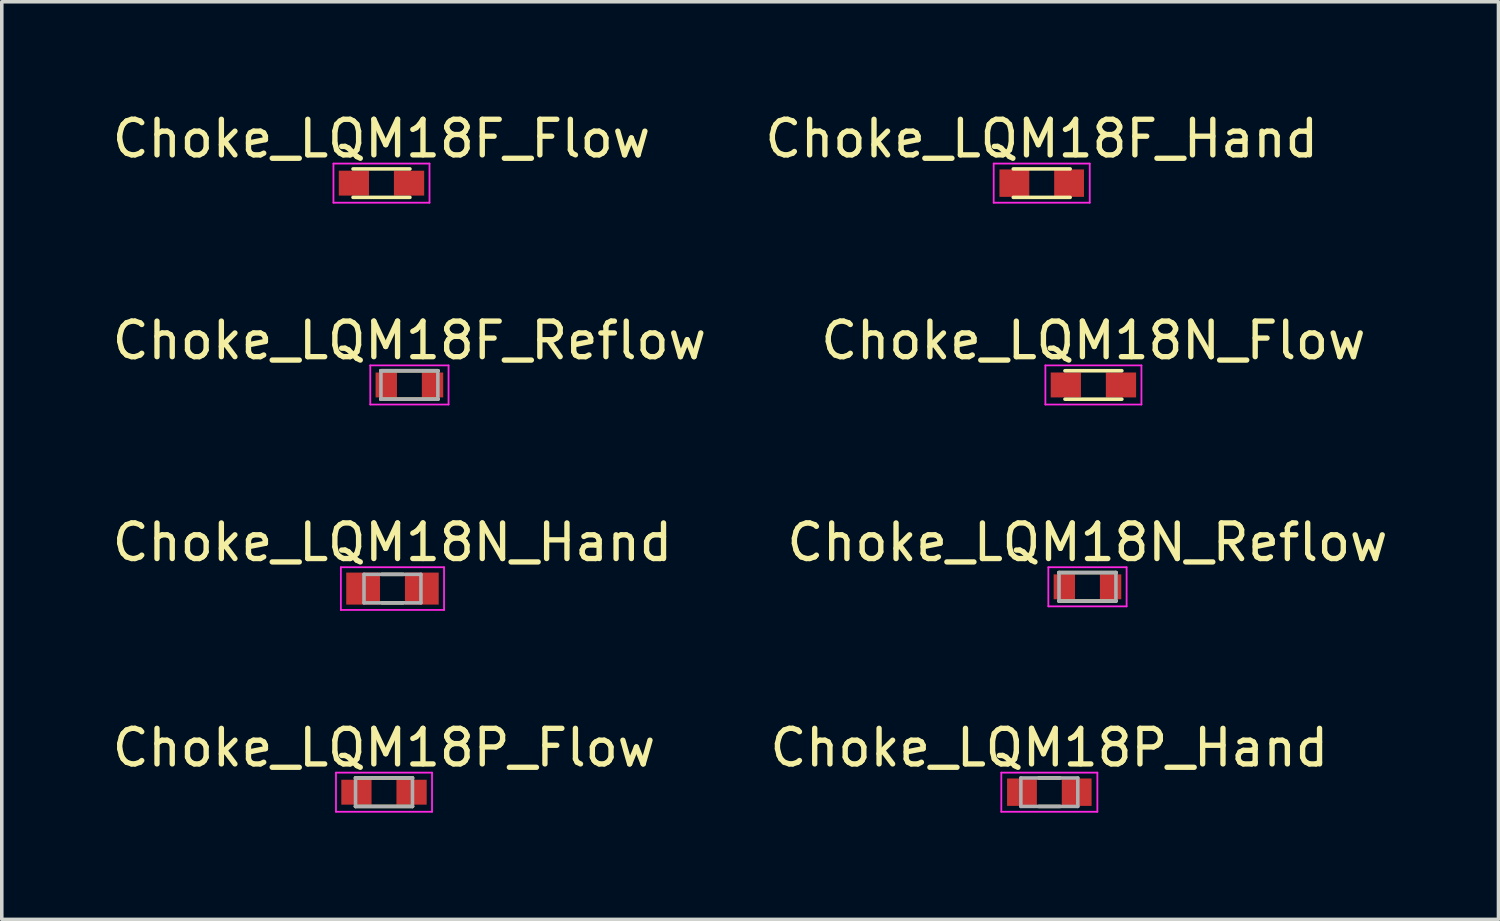
<source format=kicad_pcb>
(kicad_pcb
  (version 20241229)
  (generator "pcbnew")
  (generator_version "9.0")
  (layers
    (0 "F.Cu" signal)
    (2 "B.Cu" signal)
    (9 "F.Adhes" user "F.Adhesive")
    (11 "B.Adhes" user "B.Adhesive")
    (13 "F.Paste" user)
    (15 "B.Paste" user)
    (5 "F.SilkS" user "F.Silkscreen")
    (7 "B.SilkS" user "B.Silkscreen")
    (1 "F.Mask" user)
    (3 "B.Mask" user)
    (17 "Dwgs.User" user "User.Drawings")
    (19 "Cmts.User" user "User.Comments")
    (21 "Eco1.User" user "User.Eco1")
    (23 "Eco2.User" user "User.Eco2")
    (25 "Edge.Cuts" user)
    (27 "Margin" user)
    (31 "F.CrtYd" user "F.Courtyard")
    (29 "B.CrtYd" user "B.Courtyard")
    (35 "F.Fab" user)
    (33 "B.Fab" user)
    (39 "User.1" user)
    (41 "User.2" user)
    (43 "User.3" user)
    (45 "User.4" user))
  (footprint "Choke_LQM18P_Hand"
    (layer "F.Cu")
    (at 26.446 19.218)
    (property "Reference" "Choke_LQM18P_Hand" (at 0 -1.25 0) (layer "F.SilkS") (effects (font (size 1 1) (thickness 0.15))))
    (attr smd)
    (fp_line (start -0.3 -0.4) (end 0.3 -0.4) (stroke (width 0.1) (type solid)) (layer "F.SilkS"))
    (fp_line (start -0.3 0.4) (end 0.3 0.4) (stroke (width 0.1) (type solid)) (layer "F.SilkS"))
    (fp_line (start -1.35 -0.55) (end -1.35 0.55) (stroke (width 0.05) (type solid)) (layer "F.CrtYd"))
    (fp_line (start -1.35 -0.55) (end 1.35 -0.55) (stroke (width 0.05) (type solid)) (layer "F.CrtYd"))
    (fp_line (start -1.35 0.55) (end 1.35 0.55) (stroke (width 0.05) (type solid)) (layer "F.CrtYd"))
    (fp_line (start 1.35 -0.55) (end 1.35 0.55) (stroke (width 0.05) (type solid)) (layer "F.CrtYd"))
    (fp_line (start -0.8 -0.4) (end -0.8 0.4) (stroke (width 0.1) (type solid)) (layer "F.Fab"))
    (fp_line (start -0.8 -0.4) (end 0.8 -0.4) (stroke (width 0.1) (type solid)) (layer "F.Fab"))
    (fp_line (start -0.8 0.4) (end 0.8 0.4) (stroke (width 0.1) (type solid)) (layer "F.Fab"))
    (fp_line (start 0.8 -0.4) (end 0.8 0.4) (stroke (width 0.1) (type solid)) (layer "F.Fab"))
    (pad "1" smd rect (at -0.769 0) (size 0.838 0.77) (layers "F.Cu" "F.Mask" "F.Paste"))
    (pad "2" smd rect (at 0.769 0) (size 0.838 0.77) (layers "F.Cu" "F.Mask" "F.Paste")))
  (footprint "Choke_LQM18N_Flow"
    (layer "F.Cu")
    (at 27.685 7.771)
    (property "Reference" "Choke_LQM18N_Flow" (at 0 -1.25 0) (layer "F.SilkS") (effects (font (size 1 1) (thickness 0.15))))
    (attr smd)
    (fp_line (start -0.8 -0.4) (end 0.8 -0.4) (stroke (width 0.1) (type solid)) (layer "F.SilkS"))
    (fp_line (start -0.8 0.4) (end 0.8 0.4) (stroke (width 0.1) (type solid)) (layer "F.SilkS"))
    (fp_line (start -1.35 -0.55) (end -1.35 0.55) (stroke (width 0.05) (type solid)) (layer "F.CrtYd"))
    (fp_line (start -1.35 -0.55) (end 1.35 -0.55) (stroke (width 0.05) (type solid)) (layer "F.CrtYd"))
    (fp_line (start -1.35 0.55) (end 1.35 0.55) (stroke (width 0.05) (type solid)) (layer "F.CrtYd"))
    (fp_line (start 1.35 -0.55) (end 1.35 0.55) (stroke (width 0.05) (type solid)) (layer "F.CrtYd"))
    (pad "1" smd rect (at -0.775 0) (size 0.85 0.7) (layers "F.Cu" "F.Mask" "F.Paste"))
    (pad "2" smd rect (at 0.775 0) (size 0.85 0.7) (layers "F.Cu" "F.Mask" "F.Paste")))
  (footprint "Choke_LQM18P_Flow"
    (layer "F.Cu")
    (at 7.744 19.218)
    (property "Reference" "Choke_LQM18P_Flow" (at 0 -1.25 0) (layer "F.SilkS") (effects (font (size 1 1) (thickness 0.15))))
    (attr smd)
    (fp_line (start -0.8 -0.4) (end -0.8 -0.4) (stroke (width 0.1) (type solid)) (layer "F.SilkS"))
    (fp_line (start -0.8 -0.4) (end 0.8 -0.4) (stroke (width 0.1) (type solid)) (layer "F.SilkS"))
    (fp_line (start -0.8 0.4) (end -0.8 0.4) (stroke (width 0.1) (type solid)) (layer "F.SilkS"))
    (fp_line (start -0.8 0.4) (end 0.8 0.4) (stroke (width 0.1) (type solid)) (layer "F.SilkS"))
    (fp_line (start 0.8 -0.4) (end 0.8 -0.4) (stroke (width 0.1) (type solid)) (layer "F.SilkS"))
    (fp_line (start 0.8 0.4) (end 0.8 0.4) (stroke (width 0.1) (type solid)) (layer "F.SilkS"))
    (fp_line (start -1.35 -0.55) (end -1.35 0.55) (stroke (width 0.05) (type solid)) (layer "F.CrtYd"))
    (fp_line (start -1.35 -0.55) (end 1.35 -0.55) (stroke (width 0.05) (type solid)) (layer "F.CrtYd"))
    (fp_line (start -1.35 0.55) (end 1.35 0.55) (stroke (width 0.05) (type solid)) (layer "F.CrtYd"))
    (fp_line (start 1.35 -0.55) (end 1.35 0.55) (stroke (width 0.05) (type solid)) (layer "F.CrtYd"))
    (fp_line (start -0.8 -0.4) (end -0.8 0.4) (stroke (width 0.1) (type solid)) (layer "F.Fab"))
    (fp_line (start -0.8 -0.4) (end 0.8 -0.4) (stroke (width 0.1) (type solid)) (layer "F.Fab"))
    (fp_line (start -0.8 0.4) (end 0.8 0.4) (stroke (width 0.1) (type solid)) (layer "F.Fab"))
    (fp_line (start 0.8 -0.4) (end 0.8 0.4) (stroke (width 0.1) (type solid)) (layer "F.Fab"))
    (pad "1" smd rect (at -0.775 0) (size 0.85 0.7) (layers "F.Cu" "F.Mask" "F.Paste"))
    (pad "2" smd rect (at 0.775 0) (size 0.85 0.7) (layers "F.Cu" "F.Mask" "F.Paste")))
  (footprint "Choke_LQM18F_Hand"
    (layer "F.Cu")
    (at 26.232 2.098)
    (property "Reference" "Choke_LQM18F_Hand" (at 0 -1.25 0) (layer "F.SilkS") (effects (font (size 1 1) (thickness 0.15))))
    (attr smd)
    (fp_line (start -0.8 -0.4) (end 0.8 -0.4) (stroke (width 0.1) (type solid)) (layer "F.SilkS"))
    (fp_line (start -0.8 0.4) (end 0.8 0.4) (stroke (width 0.1) (type solid)) (layer "F.SilkS"))
    (fp_line (start -1.35 -0.55) (end -1.35 0.55) (stroke (width 0.05) (type solid)) (layer "F.CrtYd"))
    (fp_line (start -1.35 -0.55) (end 1.35 -0.55) (stroke (width 0.05) (type solid)) (layer "F.CrtYd"))
    (fp_line (start -1.35 0.55) (end 1.35 0.55) (stroke (width 0.05) (type solid)) (layer "F.CrtYd"))
    (fp_line (start 1.35 -0.55) (end 1.35 0.55) (stroke (width 0.05) (type solid)) (layer "F.CrtYd"))
    (pad "1" smd rect (at -0.769 0) (size 0.838 0.77) (layers "F.Cu" "F.Mask" "F.Paste"))
    (pad "2" smd rect (at 0.769 0) (size 0.838 0.77) (layers "F.Cu" "F.Mask" "F.Paste")))
  (footprint "Choke_LQM18N_Reflow"
    (layer "F.Cu")
    (at 27.518 13.445)
    (property "Reference" "Choke_LQM18N_Reflow" (at 0 -1.25 0) (layer "F.SilkS") (effects (font (size 1 1) (thickness 0.15))))
    (attr smd)
    (fp_line (start -0.8 -0.4) (end -0.8 -0.4) (stroke (width 0.1) (type solid)) (layer "F.SilkS"))
    (fp_line (start -0.8 -0.4) (end 0.8 -0.4) (stroke (width 0.1) (type solid)) (layer "F.SilkS"))
    (fp_line (start -0.8 0.4) (end -0.8 0.4) (stroke (width 0.1) (type solid)) (layer "F.SilkS"))
    (fp_line (start -0.8 0.4) (end 0.8 0.4) (stroke (width 0.1) (type solid)) (layer "F.SilkS"))
    (fp_line (start 0.8 -0.4) (end 0.8 -0.4) (stroke (width 0.1) (type solid)) (layer "F.SilkS"))
    (fp_line (start 0.8 0.4) (end 0.8 0.4) (stroke (width 0.1) (type solid)) (layer "F.SilkS"))
    (fp_line (start -1.1 -0.55) (end -1.1 0.55) (stroke (width 0.05) (type solid)) (layer "F.CrtYd"))
    (fp_line (start -1.1 -0.55) (end 1.1 -0.55) (stroke (width 0.05) (type solid)) (layer "F.CrtYd"))
    (fp_line (start -1.1 0.55) (end 1.1 0.55) (stroke (width 0.05) (type solid)) (layer "F.CrtYd"))
    (fp_line (start 1.1 -0.55) (end 1.1 0.55) (stroke (width 0.05) (type solid)) (layer "F.CrtYd"))
    (fp_line (start -0.8 -0.4) (end -0.8 0.4) (stroke (width 0.1) (type solid)) (layer "F.Fab"))
    (fp_line (start -0.8 -0.4) (end 0.8 -0.4) (stroke (width 0.1) (type solid)) (layer "F.Fab"))
    (fp_line (start -0.8 0.4) (end 0.8 0.4) (stroke (width 0.1) (type solid)) (layer "F.Fab"))
    (fp_line (start 0.8 -0.4) (end 0.8 0.4) (stroke (width 0.1) (type solid)) (layer "F.Fab"))
    (pad "1" smd rect (at -0.65 0) (size 0.6 0.7) (layers "F.Cu" "F.Mask" "F.Paste"))
    (pad "2" smd rect (at 0.65 0) (size 0.6 0.7) (layers "F.Cu" "F.Mask" "F.Paste")))
  (footprint "Choke_LQM18F_Reflow"
    (layer "F.Cu")
    (at 8.458 7.771)
    (property "Reference" "Choke_LQM18F_Reflow" (at 0 -1.25 0) (layer "F.SilkS") (effects (font (size 1 1) (thickness 0.15))))
    (attr smd)
    (fp_line (start -0.8 -0.4) (end -0.8 -0.4) (stroke (width 0.1) (type solid)) (layer "F.SilkS"))
    (fp_line (start -0.8 -0.4) (end 0.8 -0.4) (stroke (width 0.1) (type solid)) (layer "F.SilkS"))
    (fp_line (start -0.8 0.4) (end -0.8 0.4) (stroke (width 0.1) (type solid)) (layer "F.SilkS"))
    (fp_line (start -0.8 0.4) (end 0.8 0.4) (stroke (width 0.1) (type solid)) (layer "F.SilkS"))
    (fp_line (start 0.8 -0.4) (end 0.8 -0.4) (stroke (width 0.1) (type solid)) (layer "F.SilkS"))
    (fp_line (start 0.8 0.4) (end 0.8 0.4) (stroke (width 0.1) (type solid)) (layer "F.SilkS"))
    (fp_line (start -1.1 -0.55) (end -1.1 0.55) (stroke (width 0.05) (type solid)) (layer "F.CrtYd"))
    (fp_line (start -1.1 -0.55) (end 1.1 -0.55) (stroke (width 0.05) (type solid)) (layer "F.CrtYd"))
    (fp_line (start -1.1 0.55) (end 1.1 0.55) (stroke (width 0.05) (type solid)) (layer "F.CrtYd"))
    (fp_line (start 1.1 -0.55) (end 1.1 0.55) (stroke (width 0.05) (type solid)) (layer "F.CrtYd"))
    (fp_line (start -0.8 -0.4) (end -0.8 0.4) (stroke (width 0.1) (type solid)) (layer "F.Fab"))
    (fp_line (start -0.8 -0.4) (end 0.8 -0.4) (stroke (width 0.1) (type solid)) (layer "F.Fab"))
    (fp_line (start -0.8 0.4) (end 0.8 0.4) (stroke (width 0.1) (type solid)) (layer "F.Fab"))
    (fp_line (start 0.8 -0.4) (end 0.8 0.4) (stroke (width 0.1) (type solid)) (layer "F.Fab"))
    (pad "1" smd rect (at -0.65 0) (size 0.6 0.7) (layers "F.Cu" "F.Mask" "F.Paste"))
    (pad "2" smd rect (at 0.65 0) (size 0.6 0.7) (layers "F.Cu" "F.Mask" "F.Paste")))
  (footprint "Choke_LQM18F_Flow"
    (layer "F.Cu")
    (at 7.673 2.098)
    (property "Reference" "Choke_LQM18F_Flow" (at 0 -1.25 0) (layer "F.SilkS") (effects (font (size 1 1) (thickness 0.15))))
    (attr smd)
    (fp_line (start -0.8 -0.4) (end 0.8 -0.4) (stroke (width 0.1) (type solid)) (layer "F.SilkS"))
    (fp_line (start -0.8 0.4) (end 0.8 0.4) (stroke (width 0.1) (type solid)) (layer "F.SilkS"))
    (fp_line (start -1.35 -0.55) (end -1.35 0.55) (stroke (width 0.05) (type solid)) (layer "F.CrtYd"))
    (fp_line (start -1.35 -0.55) (end 1.35 -0.55) (stroke (width 0.05) (type solid)) (layer "F.CrtYd"))
    (fp_line (start -1.35 0.55) (end 1.35 0.55) (stroke (width 0.05) (type solid)) (layer "F.CrtYd"))
    (fp_line (start 1.35 -0.55) (end 1.35 0.55) (stroke (width 0.05) (type solid)) (layer "F.CrtYd"))
    (pad "1" smd rect (at -0.775 0) (size 0.85 0.7) (layers "F.Cu" "F.Mask" "F.Paste"))
    (pad "2" smd rect (at 0.775 0) (size 0.85 0.7) (layers "F.Cu" "F.Mask" "F.Paste")))
  (footprint "Choke_LQM18N_Hand"
    (layer "F.Cu")
    (at 7.982 13.495)
    (property "Reference" "Choke_LQM18N_Hand" (at 0 -1.3 0) (layer "F.SilkS") (effects (font (size 1 1) (thickness 0.15))))
    (attr smd)
    (fp_line (start -0.3 -0.4) (end 0.3 -0.4) (stroke (width 0.1) (type solid)) (layer "F.SilkS"))
    (fp_line (start -0.3 0.4) (end 0.3 0.4) (stroke (width 0.1) (type solid)) (layer "F.SilkS"))
    (fp_line (start -1.45 -0.6) (end -1.45 0.6) (stroke (width 0.05) (type solid)) (layer "F.CrtYd"))
    (fp_line (start -1.45 -0.6) (end 1.45 -0.6) (stroke (width 0.05) (type solid)) (layer "F.CrtYd"))
    (fp_line (start -1.45 0.6) (end 1.45 0.6) (stroke (width 0.05) (type solid)) (layer "F.CrtYd"))
    (fp_line (start 1.45 -0.6) (end 1.45 0.6) (stroke (width 0.05) (type solid)) (layer "F.CrtYd"))
    (fp_line (start -0.8 -0.4) (end -0.8 0.4) (stroke (width 0.1) (type solid)) (layer "F.Fab"))
    (fp_line (start -0.8 -0.4) (end 0.8 -0.4) (stroke (width 0.1) (type solid)) (layer "F.Fab"))
    (fp_line (start -0.8 0.4) (end 0.8 0.4) (stroke (width 0.1) (type solid)) (layer "F.Fab"))
    (fp_line (start 0.8 -0.4) (end 0.8 0.4) (stroke (width 0.1) (type solid)) (layer "F.Fab"))
    (pad "1" smd rect (at -0.825 0) (size 0.95 0.9) (layers "F.Cu" "F.Mask" "F.Paste"))
    (pad "2" smd rect (at 0.825 0) (size 0.95 0.9) (layers "F.Cu" "F.Mask" "F.Paste")))
  (gr_rect
    (start -3 -3)
    (end 39.071 22.793)
    (stroke (width 0.1) (type default))
    (fill no)
    (layer "Edge.Cuts")))
</source>
